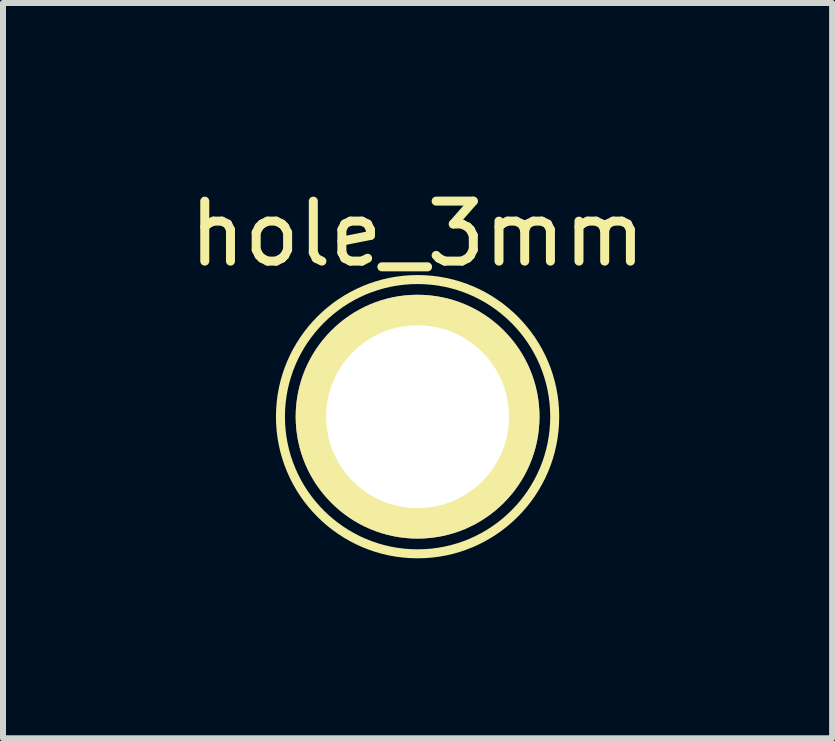
<source format=kicad_pcb>
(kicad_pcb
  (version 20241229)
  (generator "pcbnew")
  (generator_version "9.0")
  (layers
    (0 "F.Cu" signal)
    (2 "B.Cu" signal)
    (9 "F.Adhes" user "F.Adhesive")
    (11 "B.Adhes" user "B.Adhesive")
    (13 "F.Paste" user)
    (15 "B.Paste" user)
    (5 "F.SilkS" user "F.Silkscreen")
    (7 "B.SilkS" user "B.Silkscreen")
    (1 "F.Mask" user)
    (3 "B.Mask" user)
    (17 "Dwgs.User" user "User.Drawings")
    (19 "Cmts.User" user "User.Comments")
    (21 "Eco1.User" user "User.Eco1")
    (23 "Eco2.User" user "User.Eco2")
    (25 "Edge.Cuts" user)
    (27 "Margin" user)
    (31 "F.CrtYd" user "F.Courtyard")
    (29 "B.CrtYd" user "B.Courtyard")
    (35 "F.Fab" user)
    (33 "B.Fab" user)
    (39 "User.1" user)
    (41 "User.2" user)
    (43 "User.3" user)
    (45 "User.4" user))
  (footprint "hole_3mm"
    (layer "F.Cu")
    (at 3.911 3.896)
    (property "Reference" "hole_3mm" (at 0 -3.048 0) (layer "F.SilkS") (effects (font (size 1 1) (thickness 0.15))))
    (attr through_hole)
    (fp_circle (center 0 0) (end 0 -2.286) (stroke (width 0.15) (type solid)) (fill no) (layer "F.SilkS"))
    (pad "1" thru_hole circle (at 0 0) (size 4.064 4.064) (drill 3.048) (layers "*.Cu" "*.Mask" "F.SilkS")))
  (gr_rect
    (start -3 -3)
    (end 10.821 9.257)
    (stroke (width 0.1) (type default))
    (fill no)
    (layer "Edge.Cuts")))
</source>
